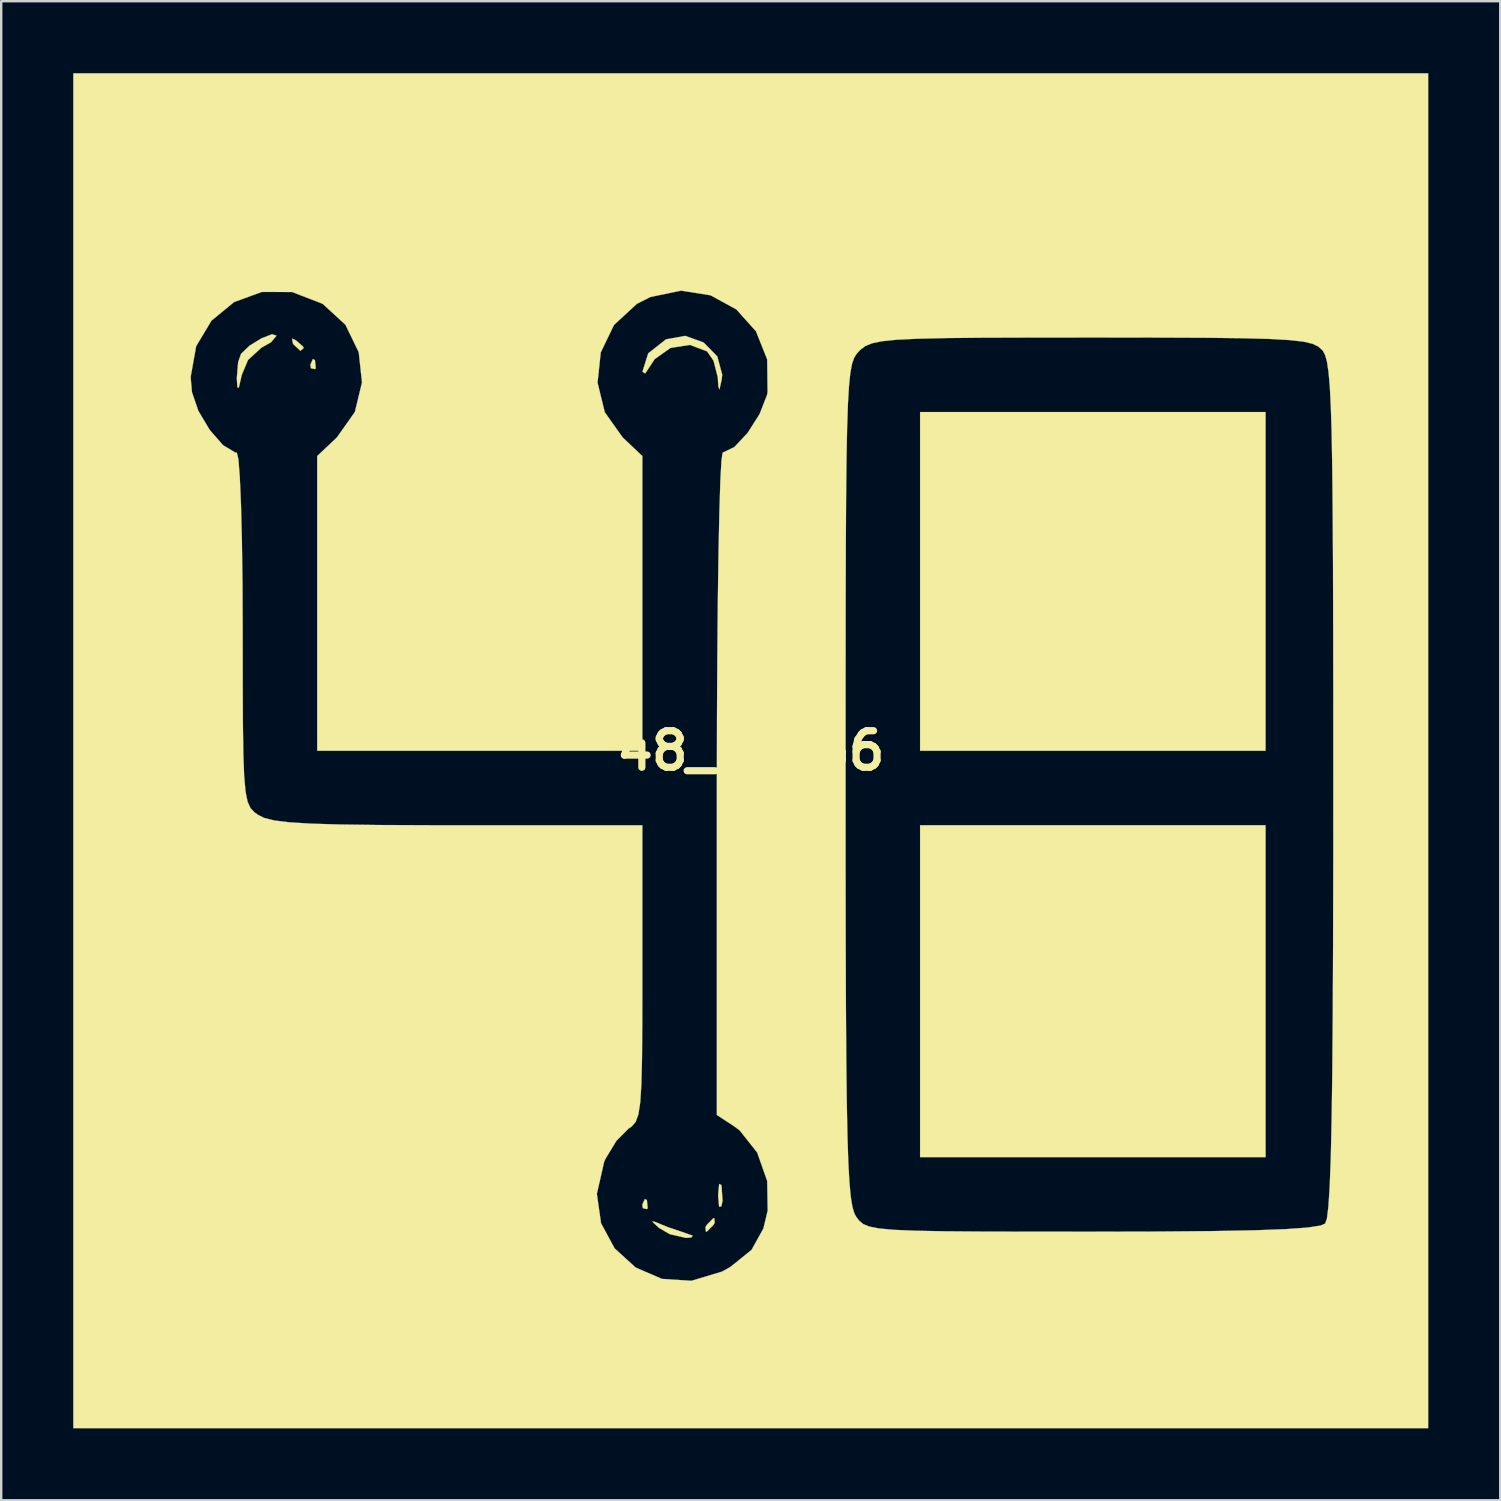
<source format=kicad_pcb>
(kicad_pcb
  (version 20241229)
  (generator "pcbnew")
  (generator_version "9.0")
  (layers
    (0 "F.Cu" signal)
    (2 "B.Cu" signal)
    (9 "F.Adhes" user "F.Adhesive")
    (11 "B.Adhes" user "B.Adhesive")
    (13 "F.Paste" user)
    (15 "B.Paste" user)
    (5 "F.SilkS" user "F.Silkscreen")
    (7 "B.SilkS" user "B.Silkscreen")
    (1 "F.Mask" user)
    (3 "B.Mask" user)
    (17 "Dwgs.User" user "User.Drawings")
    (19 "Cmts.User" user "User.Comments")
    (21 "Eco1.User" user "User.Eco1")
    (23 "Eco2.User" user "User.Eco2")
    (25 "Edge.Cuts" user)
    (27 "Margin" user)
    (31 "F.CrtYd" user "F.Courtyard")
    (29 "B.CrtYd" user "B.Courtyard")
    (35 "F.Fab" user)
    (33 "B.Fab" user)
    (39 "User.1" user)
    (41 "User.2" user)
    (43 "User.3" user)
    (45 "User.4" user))
  (footprint "48_56x56"
    (layer "F.Cu")
    (at 28.227 28.227)
    (property "Reference" "48_56x56" (at 0 0 0) (layer "F.SilkS") (effects (font (size 1.524 1.524) (thickness 0.3))))
    (attr through_hole)
    (fp_poly (pts (xy 21.449 0) (xy 7.056 0) (xy 7.056 -14.111) (xy 21.449 -14.111) (xy 21.449 0)) (stroke (width 0.01) (type solid)) (fill yes) (layer "F.SilkS"))
    (fp_poly (pts (xy 21.449 16.933) (xy 7.056 16.933) (xy 7.056 3.104) (xy 21.449 3.104) (xy 21.449 16.933)) (stroke (width 0.01) (type solid)) (fill yes) (layer "F.SilkS"))
    (fp_poly (pts (xy -18.156 -16.275) (xy -18.123 -15.94) (xy -18.156 -15.899) (xy -18.324 -15.937) (xy -18.344 -16.087) (xy -18.241 -16.319) (xy -18.156 -16.275)) (stroke (width 0.01) (type solid)) (fill yes) (layer "F.SilkS"))
    (fp_poly (pts (xy -4.327 18.721) (xy -4.294 19.056) (xy -4.327 19.097) (xy -4.495 19.058) (xy -4.516 18.909) (xy -4.412 18.677) (xy -4.327 18.721)) (stroke (width 0.01) (type solid)) (fill yes) (layer "F.SilkS"))
    (fp_poly (pts (xy -18.952 -17.101) (xy -18.652 -16.839) (xy -18.627 -16.776) (xy -18.761 -16.66) (xy -19.039 -16.919) (xy -19.077 -16.977) (xy -19.11 -17.17) (xy -18.952 -17.101)) (stroke (width 0.01) (type solid)) (fill yes) (layer "F.SilkS"))
    (fp_poly (pts (xy -1.5 19.656) (xy -1.552 19.756) (xy -1.818 20.025) (xy -1.868 20.038) (xy -1.887 19.855) (xy -1.834 19.756) (xy -1.569 19.486) (xy -1.519 19.473) (xy -1.5 19.656)) (stroke (width 0.01) (type solid)) (fill yes) (layer "F.SilkS"))
    (fp_poly (pts (xy -1.229 18.09) (xy -1.216 18.138) (xy -1.174 18.753) (xy -1.226 18.985) (xy -1.319 18.994) (xy -1.356 18.552) (xy -1.356 18.486) (xy -1.315 18.048) (xy -1.229 18.09)) (stroke (width 0.01) (type solid)) (fill yes) (layer "F.SilkS"))
    (fp_poly (pts (xy -4 19.624) (xy -3.453 19.849) (xy -2.871 20.044) (xy -2.414 20.206) (xy -2.48 20.28) (xy -2.698 20.296) (xy -3.371 20.142) (xy -3.827 19.876) (xy -4.106 19.615) (xy -4 19.624)) (stroke (width 0.01) (type solid)) (fill yes) (layer "F.SilkS"))
    (fp_poly (pts (xy -19.756 -17.292) (xy -19.983 -17.02) (xy -20.39 -16.789) (xy -20.942 -16.284) (xy -21.203 -15.663) (xy -21.327 -15.133) (xy -21.386 -15.133) (xy -21.411 -15.522) (xy -21.356 -16.189) (xy -21.233 -16.538) (xy -20.88 -16.876) (xy -20.383 -17.182) (xy -19.941 -17.353) (xy -19.756 -17.292)) (stroke (width 0.01) (type solid)) (fill yes) (layer "F.SilkS"))
    (fp_poly (pts (xy -1.962 -17.008) (xy -1.394 -16.429) (xy -1.188 -15.665) (xy -1.21 -15.467) (xy -1.302 -15.052) (xy -1.348 -15.163) (xy -1.373 -15.558) (xy -1.549 -16.249) (xy -1.817 -16.637) (xy -2.534 -16.908) (xy -3.343 -16.782) (xy -4.004 -16.314) (xy -4.152 -16.087) (xy -4.399 -15.716) (xy -4.507 -15.789) (xy -4.507 -15.804) (xy -4.271 -16.556) (xy -3.531 -17.139) (xy -3.528 -17.14) (xy -2.728 -17.284) (xy -1.962 -17.008)) (stroke (width 0.01) (type solid)) (fill yes) (layer "F.SilkS"))
    (fp_poly (pts (xy 28.222 28.222) (xy -28.222 28.222) (xy -28.222 -15.567) (xy -23.335 -15.567) (xy -23.28 -14.938) (xy -23.013 -14.158) (xy -22.539 -13.364) (xy -21.984 -12.729) (xy -21.478 -12.424) (xy -21.41 -12.418) (xy -21.345 -12.148) (xy -21.286 -11.388) (xy -21.236 -10.212) (xy -21.198 -8.694) (xy -21.174 -6.908) (xy -21.167 -5.096) (xy -21.165 -2.876) (xy -21.158 -1.153) (xy -21.14 0.142) (xy -21.104 1.075) (xy -21.046 1.716) (xy -20.96 2.132) (xy -20.841 2.39) (xy -20.682 2.559) (xy -20.539 2.665) (xy -20.274 2.799) (xy -19.863 2.903) (xy -19.241 2.981) (xy -18.343 3.037) (xy -17.105 3.074) (xy -15.461 3.095) (xy -13.346 3.104) (xy -12.214 3.104) (xy -4.516 3.104) (xy -4.516 9.245) (xy -4.518 11.26) (xy -4.529 12.785) (xy -4.556 13.893) (xy -4.604 14.659) (xy -4.682 15.158) (xy -4.795 15.462) (xy -4.951 15.647) (xy -5.101 15.752) (xy -5.598 16.253) (xy -6.054 17.005) (xy -6.107 17.126) (xy -6.411 18.461) (xy -6.236 19.688) (xy -5.67 20.734) (xy -4.796 21.53) (xy -3.701 22.004) (xy -2.471 22.084) (xy -1.19 21.699) (xy -0.847 21.507) (xy 0.032 20.797) (xy 0.526 19.91) (xy 0.707 19.156) (xy 0.686 17.924) (xy 0.269 16.74) (xy -0.461 15.817) (xy -0.682 15.653) (xy -1.411 15.175) (xy -1.411 1.379) (xy -1.411 1.348) (xy 3.951 1.348) (xy 3.952 4.963) (xy 3.957 8.056) (xy 3.966 10.667) (xy 3.98 12.84) (xy 4.001 14.615) (xy 4.029 16.035) (xy 4.065 17.142) (xy 4.111 17.977) (xy 4.167 18.582) (xy 4.235 18.998) (xy 4.315 19.269) (xy 4.39 19.411) (xy 4.519 19.581) (xy 4.681 19.717) (xy 4.936 19.823) (xy 5.341 19.903) (xy 5.958 19.96) (xy 6.844 19.998) (xy 8.059 20.021) (xy 9.663 20.033) (xy 11.714 20.037) (xy 14.212 20.038) (xy 16.982 20.032) (xy 19.227 20.013) (xy 20.986 19.98) (xy 22.298 19.931) (xy 23.203 19.866) (xy 23.74 19.782) (xy 23.932 19.699) (xy 24.006 19.486) (xy 24.068 18.982) (xy 24.121 18.157) (xy 24.166 16.979) (xy 24.201 15.418) (xy 24.229 13.441) (xy 24.249 11.018) (xy 24.262 8.118) (xy 24.269 4.71) (xy 24.271 1.589) (xy 24.27 -2.042) (xy 24.266 -5.149) (xy 24.259 -7.775) (xy 24.246 -9.962) (xy 24.228 -11.752) (xy 24.203 -13.185) (xy 24.169 -14.305) (xy 24.127 -15.152) (xy 24.074 -15.768) (xy 24.01 -16.196) (xy 23.934 -16.476) (xy 23.844 -16.65) (xy 23.804 -16.699) (xy 23.642 -16.842) (xy 23.403 -16.956) (xy 23.026 -17.044) (xy 22.452 -17.109) (xy 21.62 -17.156) (xy 20.47 -17.187) (xy 18.943 -17.205) (xy 16.978 -17.213) (xy 14.515 -17.216) (xy 14.208 -17.216) (xy 11.694 -17.214) (xy 9.683 -17.208) (xy 8.115 -17.193) (xy 6.928 -17.165) (xy 6.062 -17.122) (xy 5.456 -17.06) (xy 5.049 -16.974) (xy 4.78 -16.863) (xy 4.588 -16.721) (xy 4.516 -16.651) (xy 4.4 -16.522) (xy 4.301 -16.356) (xy 4.218 -16.11) (xy 4.15 -15.741) (xy 4.094 -15.206) (xy 4.05 -14.463) (xy 4.016 -13.468) (xy 3.99 -12.179) (xy 3.973 -10.553) (xy 3.962 -8.547) (xy 3.955 -6.119) (xy 3.952 -3.225) (xy 3.951 0.177) (xy 3.951 1.348) (xy -1.411 1.348) (xy -1.406 -1.352) (xy -1.392 -3.903) (xy -1.371 -6.22) (xy -1.342 -8.25) (xy -1.306 -9.938) (xy -1.266 -11.231) (xy -1.221 -12.074) (xy -1.173 -12.413) (xy -1.167 -12.418) (xy -0.68 -12.654) (xy -0.125 -13.248) (xy 0.37 -14.028) (xy 0.679 -14.822) (xy 0.702 -14.938) (xy 0.686 -16.302) (xy 0.219 -17.474) (xy -0.6 -18.387) (xy -1.673 -18.974) (xy -2.899 -19.169) (xy -4.18 -18.904) (xy -4.744 -18.619) (xy -5.698 -17.738) (xy -6.249 -16.594) (xy -6.382 -15.334) (xy -6.081 -14.103) (xy -5.338 -13.054) (xy -4.516 -12.278) (xy -4.516 0) (xy -18.062 0) (xy -18.062 -12.278) (xy -17.24 -13.054) (xy -16.493 -14.112) (xy -16.195 -15.344) (xy -16.331 -16.604) (xy -16.886 -17.747) (xy -17.834 -18.619) (xy -19.107 -19.112) (xy -20.37 -19.114) (xy -21.523 -18.694) (xy -22.468 -17.918) (xy -23.105 -16.853) (xy -23.335 -15.567) (xy -28.222 -15.567) (xy -28.222 -28.222) (xy 28.222 -28.222) (xy 28.222 28.222)) (stroke (width 0.01) (type solid)) (fill yes) (layer "F.SilkS")))
  (gr_rect
    (start -3 -3)
    (end 59.454 59.454)
    (stroke (width 0.1) (type default))
    (fill no)
    (layer "Edge.Cuts")))
</source>
